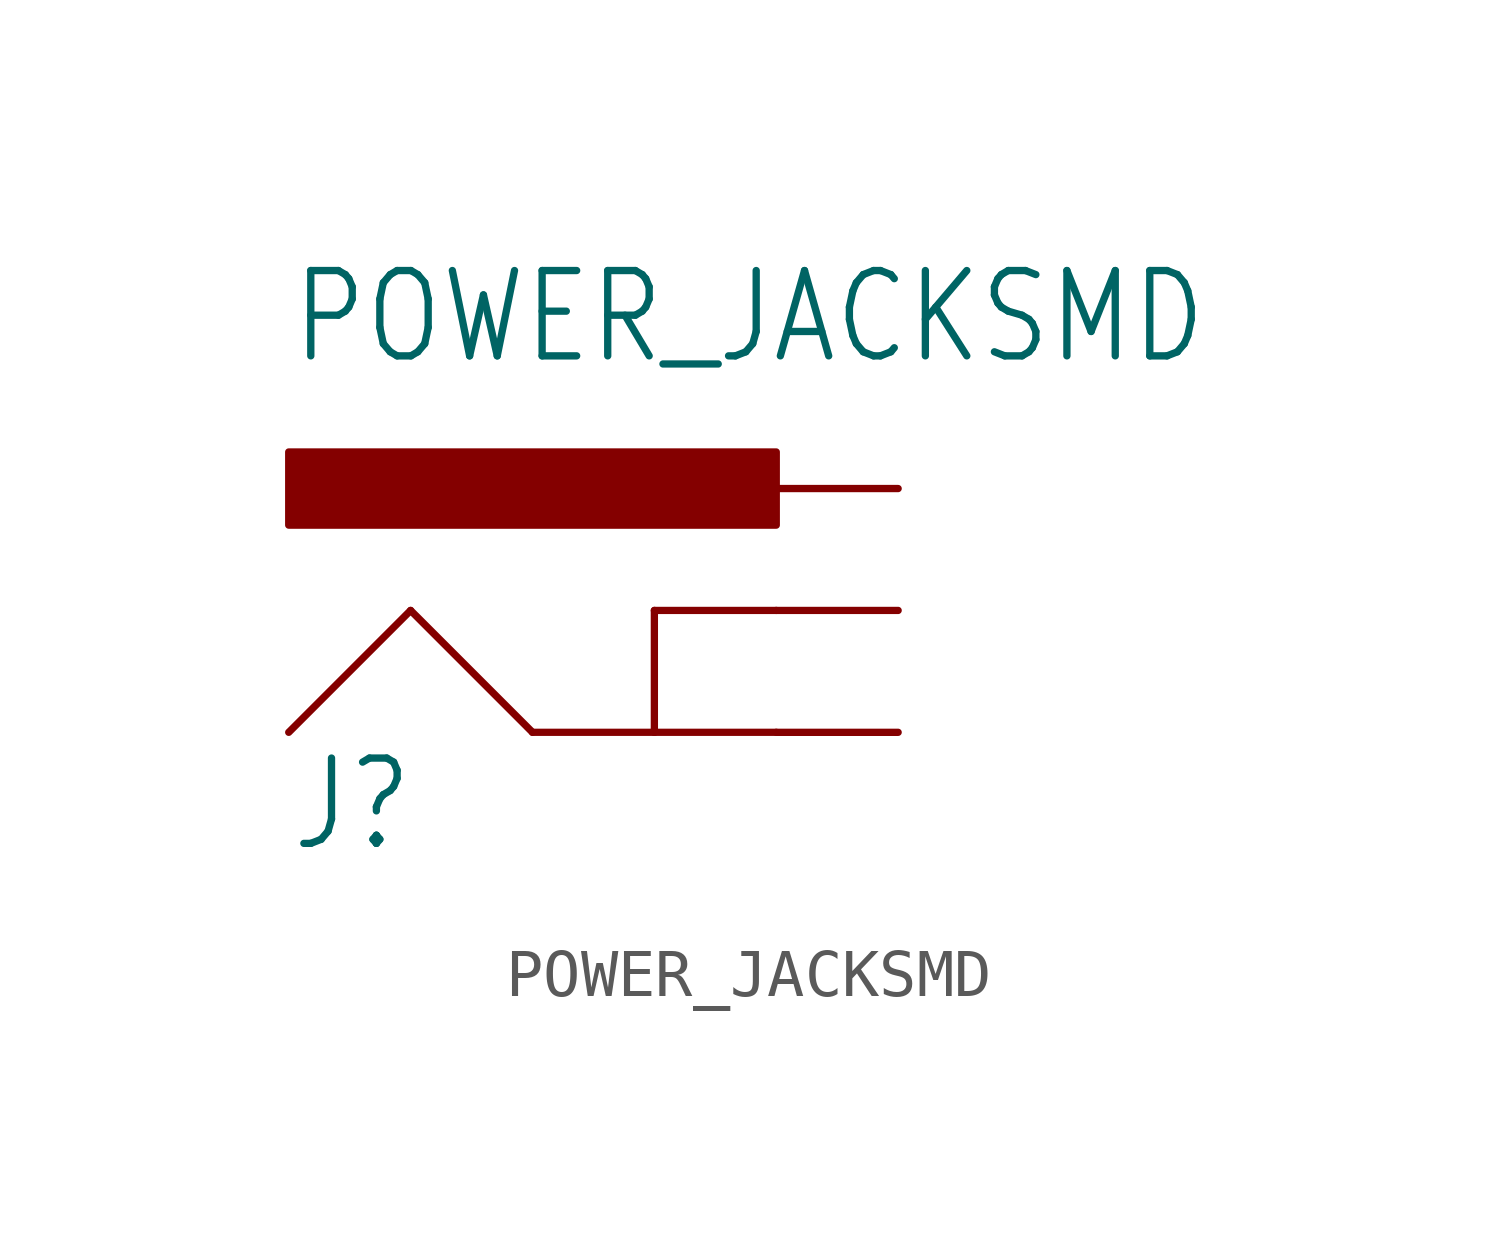
<source format=kicad_sym>
(kicad_symbol_lib
  (version 20211014)
  (generator kicad_symbol_editor)
  (symbol "POWER_JACKSMD"
    (property "Reference" "J"
      (at -10.16 0 0)
      (effects (font (size 1.778 1.511)) (justify left bottom)))
    (property "Value" "POWER_JACKSMD"
      (at -10.16 10.16 0)
      (effects (font (size 1.778 1.511)) (justify left bottom)))
    (property "ki_locked" ""
      (at 0 0 0)
      (effects (font (size 1.27 1.27))))
    (symbol "POWER_JACKSMD_1_0"
      (rectangle (start -10.16 6.858) (end 0 8.382) (stroke (width 0) (type default) (color 0 0 0 0)) (fill (type outline)))
      (polyline (pts (xy -10.16 2.54) (xy -7.62 5.08)) (stroke (width 0.152) (type default) (color 0 0 0 0)) (fill (type none)))
      (polyline (pts (xy -7.62 5.08) (xy -5.08 2.54)) (stroke (width 0.152) (type default) (color 0 0 0 0)) (fill (type none)))
      (polyline (pts (xy -5.08 2.54) (xy -2.54 2.54)) (stroke (width 0.152) (type default) (color 0 0 0 0)) (fill (type none)))
      (polyline (pts (xy -2.54 2.54) (xy -2.54 5.08)) (stroke (width 0.152) (type default) (color 0 0 0 0)) (fill (type none)))
      (polyline (pts (xy -2.54 2.54) (xy 0 2.54)) (stroke (width 0.152) (type default) (color 0 0 0 0)) (fill (type none)))
      (polyline (pts (xy -2.54 5.08) (xy 0 5.08)) (stroke (width 0.152) (type default) (color 0 0 0 0)) (fill (type none)))
      (pin bidirectional line (at 2.54 5.08 180) (length 2.54) (name "GNDBREAK" (effects (font (size 0 0)))) (number "GND" (effects (font (size 0 0)))))
      (pin bidirectional line (at 2.54 2.54 180) (length 2.54) (name "GND" (effects (font (size 0 0)))) (number "P$4" (effects (font (size 0 0)))))
      (pin bidirectional line (at 2.54 7.62 180) (length 2.54) (name "PWR" (effects (font (size 0 0)))) (number "VIN0" (effects (font (size 0 0))))))))
</source>
